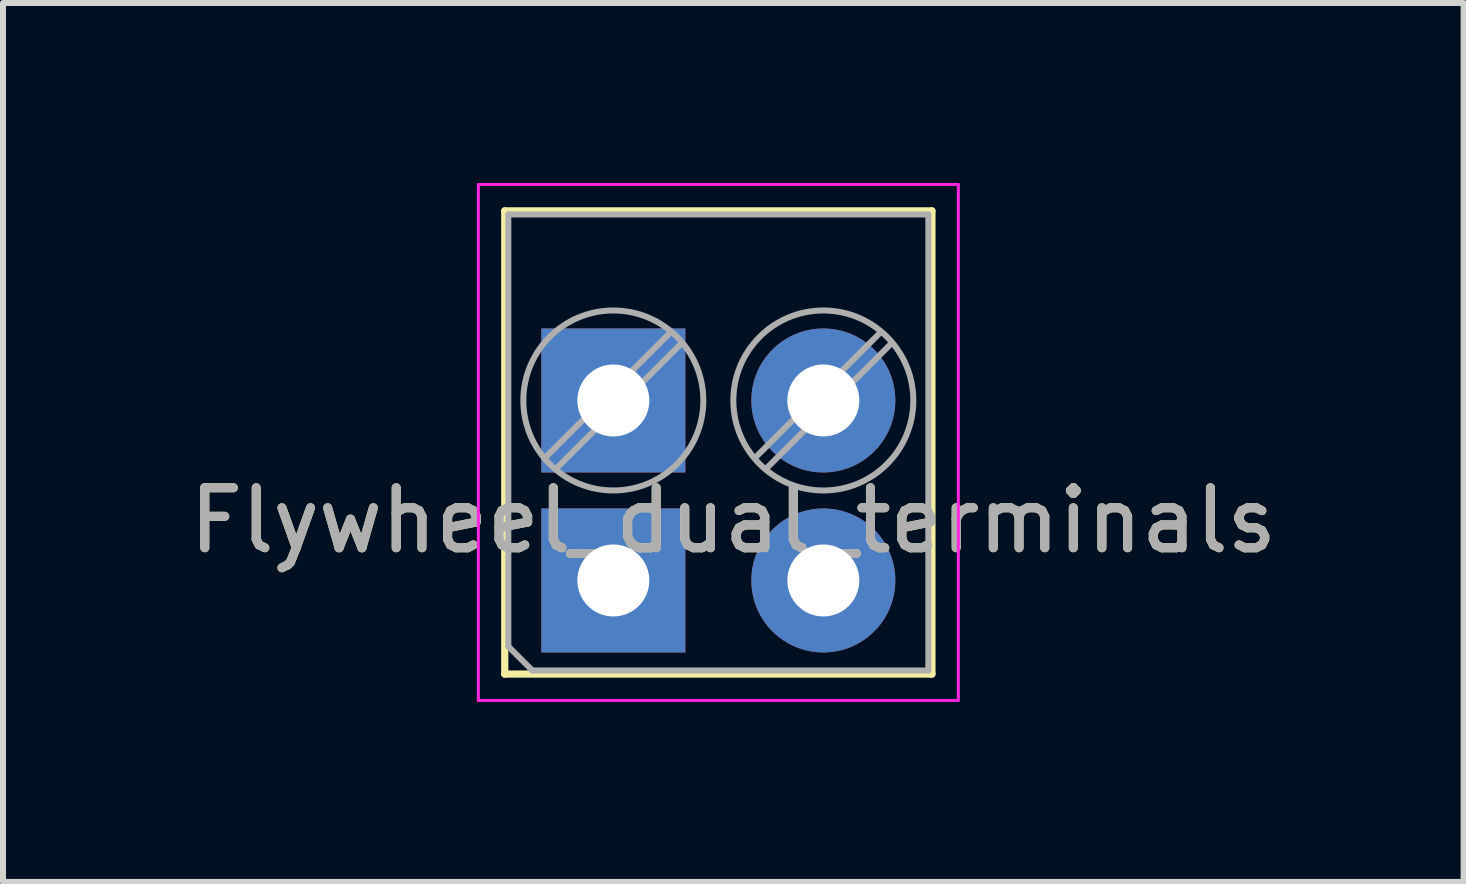
<source format=kicad_pcb>
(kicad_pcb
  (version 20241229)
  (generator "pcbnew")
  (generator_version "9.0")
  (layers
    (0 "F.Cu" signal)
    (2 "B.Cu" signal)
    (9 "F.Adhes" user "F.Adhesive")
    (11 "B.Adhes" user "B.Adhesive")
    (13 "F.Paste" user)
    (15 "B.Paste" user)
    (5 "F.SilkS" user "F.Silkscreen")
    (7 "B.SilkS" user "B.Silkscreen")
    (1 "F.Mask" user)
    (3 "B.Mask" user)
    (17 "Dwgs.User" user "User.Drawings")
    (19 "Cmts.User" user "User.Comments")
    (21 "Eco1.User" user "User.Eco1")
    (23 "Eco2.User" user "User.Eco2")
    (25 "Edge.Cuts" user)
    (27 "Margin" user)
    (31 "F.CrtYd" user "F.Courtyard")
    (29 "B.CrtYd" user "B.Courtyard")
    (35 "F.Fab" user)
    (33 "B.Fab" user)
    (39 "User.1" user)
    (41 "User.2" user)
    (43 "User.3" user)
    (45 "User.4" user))
  (footprint "Flywheel_dual_terminals"
    (layer "F.Cu")
    (at 7.173 3.625)
    (property "Reference" "Flywheel_dual_terminals" (at 2 2 0) (layer "F.SilkS") (effects (font (size 1 1) (thickness 0.15))))
    (attr through_hole)
    (fp_line (start -1.81 -3.16) (end -1.81 4.56) (stroke (width 0.12) (type solid)) (layer "F.SilkS"))
    (fp_line (start -1.81 -3.16) (end 5.31 -3.16) (stroke (width 0.12) (type solid)) (layer "F.SilkS"))
    (fp_line (start -1.81 4.56) (end 5.31 4.56) (stroke (width 0.12) (type solid)) (layer "F.SilkS"))
    (fp_line (start 5.31 -3.16) (end 5.31 4.56) (stroke (width 0.12) (type solid)) (layer "F.SilkS"))
    (fp_line (start -2.25 -3.6) (end -2.25 5) (stroke (width 0.05) (type solid)) (layer "F.CrtYd"))
    (fp_line (start -2.25 5) (end 5.75 5) (stroke (width 0.05) (type solid)) (layer "F.CrtYd"))
    (fp_line (start 5.75 -3.6) (end -2.25 -3.6) (stroke (width 0.05) (type solid)) (layer "F.CrtYd"))
    (fp_line (start 5.75 5) (end 5.75 -3.6) (stroke (width 0.05) (type solid)) (layer "F.CrtYd"))
    (fp_line (start -1.75 -3.1) (end 5.25 -3.1) (stroke (width 0.1) (type solid)) (layer "F.Fab"))
    (fp_line (start -1.75 4.1) (end -1.75 -3.1) (stroke (width 0.1) (type solid)) (layer "F.Fab"))
    (fp_line (start -1.35 4.5) (end -1.75 4.1) (stroke (width 0.1) (type solid)) (layer "F.Fab"))
    (fp_line (start 0.955 -1.138) (end -1.138 0.955) (stroke (width 0.1) (type solid)) (layer "F.Fab"))
    (fp_line (start 1.138 -0.955) (end -0.955 1.138) (stroke (width 0.1) (type solid)) (layer "F.Fab"))
    (fp_line (start 4.455 -1.138) (end 2.363 0.955) (stroke (width 0.1) (type solid)) (layer "F.Fab"))
    (fp_line (start 4.638 -0.955) (end 2.546 1.138) (stroke (width 0.1) (type solid)) (layer "F.Fab"))
    (fp_line (start 5.25 -3.1) (end 5.25 4.5) (stroke (width 0.1) (type solid)) (layer "F.Fab"))
    (fp_line (start 5.25 4.5) (end -1.35 4.5) (stroke (width 0.1) (type solid)) (layer "F.Fab"))
    (fp_circle (center 0 0) (end 1.5 0) (stroke (width 0.1) (type solid)) (fill no) (layer "F.Fab"))
    (fp_circle (center 3.5 0) (end 5 0) (stroke (width 0.1) (type solid)) (fill no) (layer "F.Fab"))
    (fp_text user "${REFERENCE}" (at 2 2 0) (layer "F.Fab") (effects (font (size 1 1) (thickness 0.15))))
    (pad "1" thru_hole rect (at 0 0) (size 2.4 2.4) (drill 1.2) (layers "*.Cu" "*.Mask"))
    (pad "1" thru_hole rect (at 0 3) (size 2.4 2.4) (drill 1.2) (layers "*.Cu" "*.Mask"))
    (pad "2" thru_hole circle (at 3.5 0) (size 2.4 2.4) (drill 1.2) (layers "*.Cu" "*.Mask"))
    (pad "2" thru_hole circle (at 3.5 3) (size 2.4 2.4) (drill 1.2) (layers "*.Cu" "*.Mask")))
  (gr_rect
    (start -3 -3)
    (end 21.345 11.65)
    (stroke (width 0.1) (type default))
    (fill no)
    (layer "Edge.Cuts")))
</source>
